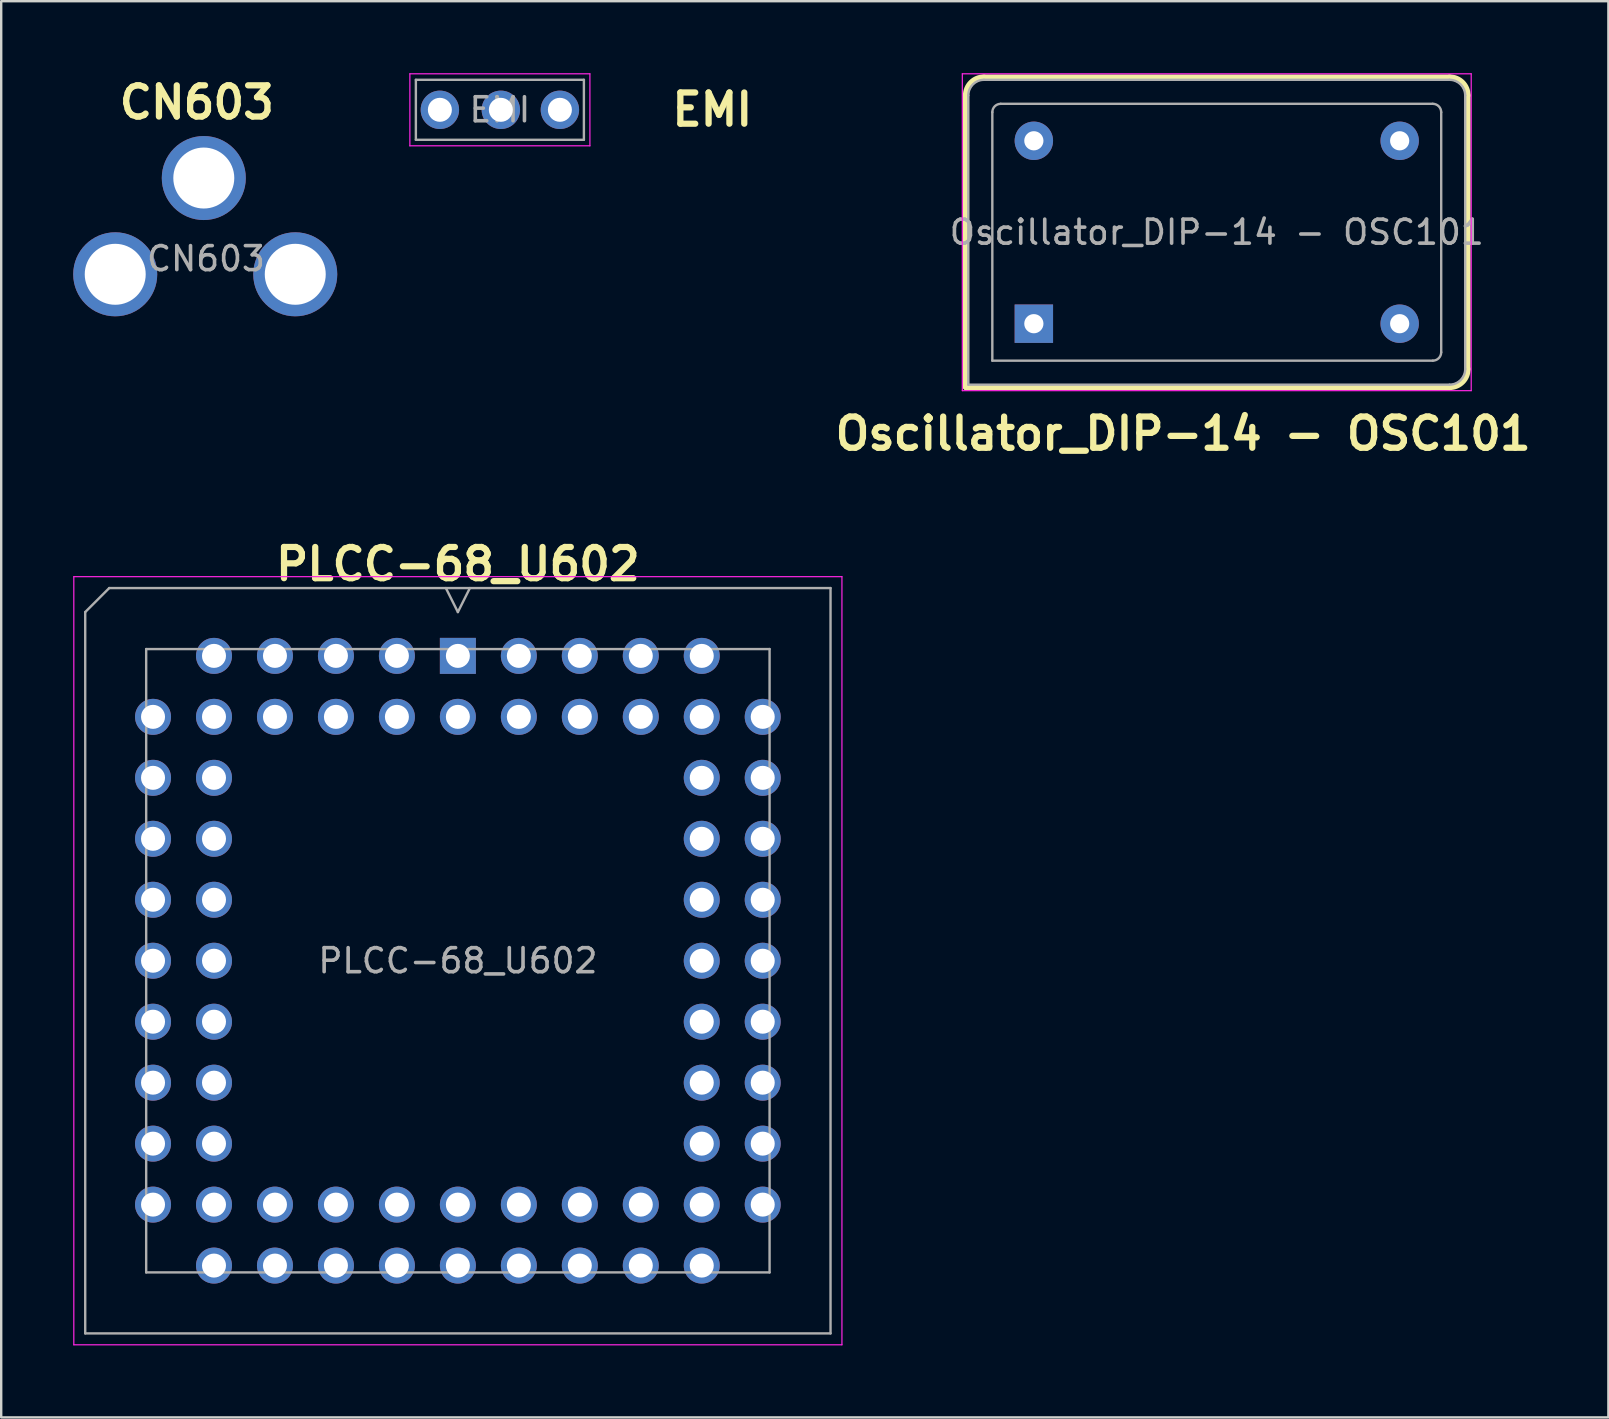
<source format=kicad_pcb>
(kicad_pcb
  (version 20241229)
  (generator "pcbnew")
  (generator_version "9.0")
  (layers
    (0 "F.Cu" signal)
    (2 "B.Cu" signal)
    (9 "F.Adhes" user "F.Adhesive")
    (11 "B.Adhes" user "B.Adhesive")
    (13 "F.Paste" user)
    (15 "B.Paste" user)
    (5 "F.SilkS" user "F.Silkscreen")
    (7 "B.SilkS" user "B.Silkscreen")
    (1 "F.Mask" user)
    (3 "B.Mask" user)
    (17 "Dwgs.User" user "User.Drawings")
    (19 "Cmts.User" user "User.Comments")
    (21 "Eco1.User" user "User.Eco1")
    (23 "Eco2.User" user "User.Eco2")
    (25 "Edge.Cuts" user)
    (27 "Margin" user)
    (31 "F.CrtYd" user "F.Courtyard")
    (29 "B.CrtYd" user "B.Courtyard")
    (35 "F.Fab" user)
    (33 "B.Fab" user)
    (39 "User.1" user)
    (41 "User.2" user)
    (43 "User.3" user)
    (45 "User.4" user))
  (footprint "CN603"
    (layer "F.Cu")
    (at 5.47 6.607)
    (property "Reference" "CN603" (at -0.32 -5.39 180) (layer "F.SilkS") (effects (font (size 1.3 1.3) (thickness 0.26) (bold yes))))
    (attr through_hole)
    (fp_text user "${REFERENCE}" (at 0.06 1.12 180) (layer "F.Fab") (effects (font (size 1 1) (thickness 0.15))))
    (pad "1" thru_hole circle (at 3.78 1.77) (size 3.5 3.5) (drill 2.54) (layers "*.Cu" "*.Mask"))
    (pad "2" thru_hole circle (at -0.03 -2.24) (size 3.5 3.5) (drill 2.54) (layers "*.Cu" "*.Mask"))
    (pad "3" thru_hole circle (at -3.72 1.77) (size 3.5 3.5) (drill 2.54) (layers "*.Cu" "*.Mask")))
  (footprint "PLCC-68_U602"
    (layer "F.Cu")
    (at 16.025 24.274)
    (property "Reference" "PLCC-68_U602" (at 0 -3.825 0) (layer "F.SilkS") (effects (font (size 1.3 1.3) (thickness 0.26) (bold yes))))
    (attr through_hole)
    (fp_line (start -16 -3.3) (end -16 28.7) (stroke (width 0.05) (type solid)) (layer "F.CrtYd"))
    (fp_line (start -16 28.7) (end 16 28.7) (stroke (width 0.05) (type solid)) (layer "F.CrtYd"))
    (fp_line (start 16 -3.3) (end -16 -3.3) (stroke (width 0.05) (type solid)) (layer "F.CrtYd"))
    (fp_line (start 16 28.7) (end 16 -3.3) (stroke (width 0.05) (type solid)) (layer "F.CrtYd"))
    (fp_line (start -15.525 -1.825) (end -15.525 28.225) (stroke (width 0.1) (type solid)) (layer "F.Fab"))
    (fp_line (start -15.525 28.225) (end 15.525 28.225) (stroke (width 0.1) (type solid)) (layer "F.Fab"))
    (fp_line (start -14.525 -2.825) (end -15.525 -1.825) (stroke (width 0.1) (type solid)) (layer "F.Fab"))
    (fp_line (start -12.985 -0.285) (end -12.985 25.685) (stroke (width 0.1) (type solid)) (layer "F.Fab"))
    (fp_line (start -12.985 25.685) (end 12.985 25.685) (stroke (width 0.1) (type solid)) (layer "F.Fab"))
    (fp_line (start -0.5 -2.825) (end 0 -1.825) (stroke (width 0.1) (type solid)) (layer "F.Fab"))
    (fp_line (start 0 -1.825) (end 0.5 -2.825) (stroke (width 0.1) (type solid)) (layer "F.Fab"))
    (fp_line (start 12.985 -0.285) (end -12.985 -0.285) (stroke (width 0.1) (type solid)) (layer "F.Fab"))
    (fp_line (start 12.985 25.685) (end 12.985 -0.285) (stroke (width 0.1) (type solid)) (layer "F.Fab"))
    (fp_line (start 15.525 -2.825) (end -14.525 -2.825) (stroke (width 0.1) (type solid)) (layer "F.Fab"))
    (fp_line (start 15.525 28.225) (end 15.525 -2.825) (stroke (width 0.1) (type solid)) (layer "F.Fab"))
    (fp_text user "${REFERENCE}" (at 0 12.7 0) (layer "F.Fab") (effects (font (size 1 1) (thickness 0.15))))
    (pad "1" thru_hole rect (at 0 0) (size 1.5 1.5) (drill 1) (layers "*.Cu" "*.Mask"))
    (pad "2" thru_hole circle (at 0 2.54) (size 1.5 1.5) (drill 1) (layers "*.Cu" "*.Mask"))
    (pad "3" thru_hole circle (at -2.54 0) (size 1.5 1.5) (drill 1) (layers "*.Cu" "*.Mask"))
    (pad "4" thru_hole circle (at -2.54 2.54) (size 1.5 1.5) (drill 1) (layers "*.Cu" "*.Mask"))
    (pad "5" thru_hole circle (at -5.08 0) (size 1.5 1.5) (drill 1) (layers "*.Cu" "*.Mask"))
    (pad "6" thru_hole circle (at -5.08 2.54) (size 1.5 1.5) (drill 1) (layers "*.Cu" "*.Mask"))
    (pad "7" thru_hole circle (at -7.62 0) (size 1.5 1.5) (drill 1) (layers "*.Cu" "*.Mask"))
    (pad "8" thru_hole circle (at -7.62 2.54) (size 1.5 1.5) (drill 1) (layers "*.Cu" "*.Mask"))
    (pad "9" thru_hole circle (at -10.16 0) (size 1.5 1.5) (drill 1) (layers "*.Cu" "*.Mask"))
    (pad "10" thru_hole circle (at -12.7 2.54) (size 1.5 1.5) (drill 1) (layers "*.Cu" "*.Mask"))
    (pad "11" thru_hole circle (at -10.16 2.54) (size 1.5 1.5) (drill 1) (layers "*.Cu" "*.Mask"))
    (pad "12" thru_hole circle (at -12.7 5.08) (size 1.5 1.5) (drill 1) (layers "*.Cu" "*.Mask"))
    (pad "13" thru_hole circle (at -10.16 5.08) (size 1.5 1.5) (drill 1) (layers "*.Cu" "*.Mask"))
    (pad "14" thru_hole circle (at -12.7 7.62) (size 1.5 1.5) (drill 1) (layers "*.Cu" "*.Mask"))
    (pad "15" thru_hole circle (at -10.16 7.62) (size 1.5 1.5) (drill 1) (layers "*.Cu" "*.Mask"))
    (pad "16" thru_hole circle (at -12.7 10.16) (size 1.5 1.5) (drill 1) (layers "*.Cu" "*.Mask"))
    (pad "17" thru_hole circle (at -10.16 10.16) (size 1.5 1.5) (drill 1) (layers "*.Cu" "*.Mask"))
    (pad "18" thru_hole circle (at -12.7 12.7) (size 1.5 1.5) (drill 1) (layers "*.Cu" "*.Mask"))
    (pad "19" thru_hole circle (at -10.16 12.7) (size 1.5 1.5) (drill 1) (layers "*.Cu" "*.Mask"))
    (pad "20" thru_hole circle (at -12.7 15.24) (size 1.5 1.5) (drill 1) (layers "*.Cu" "*.Mask"))
    (pad "21" thru_hole circle (at -10.16 15.24) (size 1.5 1.5) (drill 1) (layers "*.Cu" "*.Mask"))
    (pad "22" thru_hole circle (at -12.7 17.78) (size 1.5 1.5) (drill 1) (layers "*.Cu" "*.Mask"))
    (pad "23" thru_hole circle (at -10.16 17.78) (size 1.5 1.5) (drill 1) (layers "*.Cu" "*.Mask"))
    (pad "24" thru_hole circle (at -12.7 20.32) (size 1.5 1.5) (drill 1) (layers "*.Cu" "*.Mask"))
    (pad "25" thru_hole circle (at -10.16 20.32) (size 1.5 1.5) (drill 1) (layers "*.Cu" "*.Mask"))
    (pad "26" thru_hole circle (at -12.7 22.86) (size 1.5 1.5) (drill 1) (layers "*.Cu" "*.Mask"))
    (pad "27" thru_hole circle (at -10.16 25.4) (size 1.5 1.5) (drill 1) (layers "*.Cu" "*.Mask"))
    (pad "28" thru_hole circle (at -10.16 22.86) (size 1.5 1.5) (drill 1) (layers "*.Cu" "*.Mask"))
    (pad "29" thru_hole circle (at -7.62 25.4) (size 1.5 1.5) (drill 1) (layers "*.Cu" "*.Mask"))
    (pad "30" thru_hole circle (at -7.62 22.86) (size 1.5 1.5) (drill 1) (layers "*.Cu" "*.Mask"))
    (pad "31" thru_hole circle (at -5.08 25.4) (size 1.5 1.5) (drill 1) (layers "*.Cu" "*.Mask"))
    (pad "32" thru_hole circle (at -5.08 22.86) (size 1.5 1.5) (drill 1) (layers "*.Cu" "*.Mask"))
    (pad "33" thru_hole circle (at -2.54 25.4) (size 1.5 1.5) (drill 1) (layers "*.Cu" "*.Mask"))
    (pad "34" thru_hole circle (at -2.54 22.86) (size 1.5 1.5) (drill 1) (layers "*.Cu" "*.Mask"))
    (pad "35" thru_hole circle (at 0 25.4) (size 1.5 1.5) (drill 1) (layers "*.Cu" "*.Mask"))
    (pad "36" thru_hole circle (at 0 22.86) (size 1.5 1.5) (drill 1) (layers "*.Cu" "*.Mask"))
    (pad "37" thru_hole circle (at 2.54 25.4) (size 1.5 1.5) (drill 1) (layers "*.Cu" "*.Mask"))
    (pad "38" thru_hole circle (at 2.54 22.86) (size 1.5 1.5) (drill 1) (layers "*.Cu" "*.Mask"))
    (pad "39" thru_hole circle (at 5.08 25.4) (size 1.5 1.5) (drill 1) (layers "*.Cu" "*.Mask"))
    (pad "40" thru_hole circle (at 5.08 22.86) (size 1.5 1.5) (drill 1) (layers "*.Cu" "*.Mask"))
    (pad "41" thru_hole circle (at 7.62 25.4) (size 1.5 1.5) (drill 1) (layers "*.Cu" "*.Mask"))
    (pad "42" thru_hole circle (at 7.62 22.86) (size 1.5 1.5) (drill 1) (layers "*.Cu" "*.Mask"))
    (pad "43" thru_hole circle (at 10.16 25.4) (size 1.5 1.5) (drill 1) (layers "*.Cu" "*.Mask"))
    (pad "44" thru_hole circle (at 12.7 22.86) (size 1.5 1.5) (drill 1) (layers "*.Cu" "*.Mask"))
    (pad "45" thru_hole circle (at 10.16 22.86) (size 1.5 1.5) (drill 1) (layers "*.Cu" "*.Mask"))
    (pad "46" thru_hole circle (at 12.7 20.32) (size 1.5 1.5) (drill 1) (layers "*.Cu" "*.Mask"))
    (pad "47" thru_hole circle (at 10.16 20.32) (size 1.5 1.5) (drill 1) (layers "*.Cu" "*.Mask"))
    (pad "48" thru_hole circle (at 12.7 17.78) (size 1.5 1.5) (drill 1) (layers "*.Cu" "*.Mask"))
    (pad "49" thru_hole circle (at 10.16 17.78) (size 1.5 1.5) (drill 1) (layers "*.Cu" "*.Mask"))
    (pad "50" thru_hole circle (at 12.7 15.24) (size 1.5 1.5) (drill 1) (layers "*.Cu" "*.Mask"))
    (pad "51" thru_hole circle (at 10.16 15.24) (size 1.5 1.5) (drill 1) (layers "*.Cu" "*.Mask"))
    (pad "52" thru_hole circle (at 12.7 12.7) (size 1.5 1.5) (drill 1) (layers "*.Cu" "*.Mask"))
    (pad "53" thru_hole circle (at 10.16 12.7) (size 1.5 1.5) (drill 1) (layers "*.Cu" "*.Mask"))
    (pad "54" thru_hole circle (at 12.7 10.16) (size 1.5 1.5) (drill 1) (layers "*.Cu" "*.Mask"))
    (pad "55" thru_hole circle (at 10.16 10.16) (size 1.5 1.5) (drill 1) (layers "*.Cu" "*.Mask"))
    (pad "56" thru_hole circle (at 12.7 7.62) (size 1.5 1.5) (drill 1) (layers "*.Cu" "*.Mask"))
    (pad "57" thru_hole circle (at 10.16 7.62) (size 1.5 1.5) (drill 1) (layers "*.Cu" "*.Mask"))
    (pad "58" thru_hole circle (at 12.7 5.08) (size 1.5 1.5) (drill 1) (layers "*.Cu" "*.Mask"))
    (pad "59" thru_hole circle (at 10.16 5.08) (size 1.5 1.5) (drill 1) (layers "*.Cu" "*.Mask"))
    (pad "60" thru_hole circle (at 12.7 2.54) (size 1.5 1.5) (drill 1) (layers "*.Cu" "*.Mask"))
    (pad "61" thru_hole circle (at 10.16 0) (size 1.5 1.5) (drill 1) (layers "*.Cu" "*.Mask"))
    (pad "62" thru_hole circle (at 10.16 2.54) (size 1.5 1.5) (drill 1) (layers "*.Cu" "*.Mask"))
    (pad "63" thru_hole circle (at 7.62 0) (size 1.5 1.5) (drill 1) (layers "*.Cu" "*.Mask"))
    (pad "64" thru_hole circle (at 7.62 2.54) (size 1.5 1.5) (drill 1) (layers "*.Cu" "*.Mask"))
    (pad "65" thru_hole circle (at 5.08 0) (size 1.5 1.5) (drill 1) (layers "*.Cu" "*.Mask"))
    (pad "66" thru_hole circle (at 5.08 2.54) (size 1.5 1.5) (drill 1) (layers "*.Cu" "*.Mask"))
    (pad "67" thru_hole circle (at 2.54 0) (size 1.5 1.5) (drill 1) (layers "*.Cu" "*.Mask"))
    (pad "68" thru_hole circle (at 2.54 2.54) (size 1.5 1.5) (drill 1) (layers "*.Cu" "*.Mask")))
  (footprint "EMI"
    (layer "F.Cu")
    (at 17.835 1.495)
    (property "Reference" "EMI" (at 8.79 0.02 0) (layer "F.SilkS") (effects (font (size 1.3 1.3) (thickness 0.26) (bold yes))))
    (attr through_hole)
    (fp_line (start -3.81 -1.47) (end -3.81 1.53) (stroke (width 0.05) (type solid)) (layer "F.CrtYd"))
    (fp_line (start -3.81 1.53) (end 3.69 1.53) (stroke (width 0.05) (type solid)) (layer "F.CrtYd"))
    (fp_line (start 3.69 -1.47) (end -3.81 -1.47) (stroke (width 0.05) (type solid)) (layer "F.CrtYd"))
    (fp_line (start 3.69 1.53) (end 3.69 -1.47) (stroke (width 0.05) (type solid)) (layer "F.CrtYd"))
    (fp_line (start -3.56 -1.22) (end -3.56 1.28) (stroke (width 0.1) (type solid)) (layer "F.Fab"))
    (fp_line (start -3.56 1.28) (end 3.44 1.28) (stroke (width 0.1) (type solid)) (layer "F.Fab"))
    (fp_line (start 3.44 -1.22) (end -3.56 -1.22) (stroke (width 0.1) (type solid)) (layer "F.Fab"))
    (fp_line (start 3.44 1.28) (end 3.44 -1.22) (stroke (width 0.1) (type solid)) (layer "F.Fab"))
    (fp_text user "${REFERENCE}" (at -0.06 0.03 0) (layer "F.Fab") (effects (font (size 1 1) (thickness 0.15))))
    (pad "1" thru_hole circle (at -2.56 0.03) (size 1.6 1.6) (drill 1) (layers "*.Cu" "*.Mask"))
    (pad "2" thru_hole circle (at -0.02 0.03) (size 1.6 1.6) (drill 1) (layers "*.Cu" "*.Mask"))
    (pad "3" thru_hole circle (at 2.44 0.03) (size 1.6 1.6) (drill 1) (layers "*.Cu" "*.Mask")))
  (footprint "Oscillator_DIP-14 - OSC101"
    (layer "F.Cu")
    (at 40.02 10.435)
    (property "Reference" "Oscillator_DIP-14 - OSC101" (at 6.22 4.58 0) (layer "F.SilkS") (effects (font (size 1.3 1.3) (thickness 0.26) (bold yes))))
    (attr through_hole)
    (fp_line (start -2.83 -9.51) (end -2.83 2.64) (stroke (width 0.25) (type solid)) (layer "F.SilkS"))
    (fp_line (start -2.83 2.64) (end 17.32 2.64) (stroke (width 0.25) (type solid)) (layer "F.SilkS"))
    (fp_line (start 17.32 -10.26) (end -2.08 -10.26) (stroke (width 0.25) (type solid)) (layer "F.SilkS"))
    (fp_line (start 18.07 1.89) (end 18.07 -9.51) (stroke (width 0.25) (type solid)) (layer "F.SilkS"))
    (fp_arc (start -2.83 -9.51) (mid -2.61033 -10.04033) (end -2.08 -10.26) (stroke (width 0.25) (type solid)) (layer "F.SilkS"))
    (fp_arc (start 17.32 -10.26) (mid 17.85033 -10.04033) (end 18.07 -9.51) (stroke (width 0.25) (type solid)) (layer "F.SilkS"))
    (fp_arc (start 18.07 1.89) (mid 17.85033 2.42033) (end 17.32 2.64) (stroke (width 0.25) (type solid)) (layer "F.SilkS"))
    (fp_line (start -2.98 -10.41) (end -2.98 2.79) (stroke (width 0.05) (type solid)) (layer "F.CrtYd"))
    (fp_line (start -2.98 2.79) (end 18.22 2.79) (stroke (width 0.05) (type solid)) (layer "F.CrtYd"))
    (fp_line (start 18.22 -10.41) (end -2.98 -10.41) (stroke (width 0.05) (type solid)) (layer "F.CrtYd"))
    (fp_line (start 18.22 2.79) (end 18.22 -10.41) (stroke (width 0.05) (type solid)) (layer "F.CrtYd"))
    (fp_line (start -2.73 2.54) (end -2.73 -9.51) (stroke (width 0.1) (type solid)) (layer "F.Fab"))
    (fp_line (start -2.73 2.54) (end 17.32 2.54) (stroke (width 0.1) (type solid)) (layer "F.Fab"))
    (fp_line (start -2.08 -10.16) (end 17.32 -10.16) (stroke (width 0.1) (type solid)) (layer "F.Fab"))
    (fp_line (start -1.73 1.54) (end -1.73 -8.81) (stroke (width 0.1) (type solid)) (layer "F.Fab"))
    (fp_line (start -1.73 1.54) (end 16.62 1.54) (stroke (width 0.1) (type solid)) (layer "F.Fab"))
    (fp_line (start -1.38 -9.16) (end 16.62 -9.16) (stroke (width 0.1) (type solid)) (layer "F.Fab"))
    (fp_line (start 16.97 1.19) (end 16.97 -8.81) (stroke (width 0.1) (type solid)) (layer "F.Fab"))
    (fp_line (start 17.97 -9.51) (end 17.97 1.89) (stroke (width 0.1) (type solid)) (layer "F.Fab"))
    (fp_arc (start -2.73 -9.51) (mid -2.539619 -9.969619) (end -2.08 -10.16) (stroke (width 0.1) (type solid)) (layer "F.Fab"))
    (fp_arc (start -1.73 -8.81) (mid -1.627487 -9.057487) (end -1.38 -9.16) (stroke (width 0.1) (type solid)) (layer "F.Fab"))
    (fp_arc (start 16.62 -9.16) (mid 16.867487 -9.057487) (end 16.97 -8.81) (stroke (width 0.1) (type solid)) (layer "F.Fab"))
    (fp_arc (start 16.97 1.19) (mid 16.867487 1.437487) (end 16.62 1.54) (stroke (width 0.1) (type solid)) (layer "F.Fab"))
    (fp_arc (start 17.32 -10.16) (mid 17.779619 -9.969619) (end 17.97 -9.51) (stroke (width 0.1) (type solid)) (layer "F.Fab"))
    (fp_arc (start 17.97 1.89) (mid 17.779619 2.349619) (end 17.32 2.54) (stroke (width 0.1) (type solid)) (layer "F.Fab"))
    (fp_text user "${REFERENCE}" (at 7.62 -3.81 0) (layer "F.Fab") (effects (font (size 1 1) (thickness 0.15))))
    (pad "1" thru_hole rect (at 0 0) (size 1.6 1.6) (drill 0.8) (layers "*.Cu" "*.Mask"))
    (pad "2" thru_hole circle (at 15.24 0) (size 1.6 1.6) (drill 0.8) (layers "*.Cu" "*.Mask"))
    (pad "3" thru_hole circle (at 15.24 -7.62) (size 1.6 1.6) (drill 0.8) (layers "*.Cu" "*.Mask"))
    (pad "4" thru_hole circle (at 0 -7.62) (size 1.6 1.6) (drill 0.8) (layers "*.Cu" "*.Mask")))
  (gr_rect
    (start -3 -3)
    (end 63.955 55.999)
    (stroke (width 0.1) (type default))
    (fill no)
    (layer "Edge.Cuts")))
</source>
